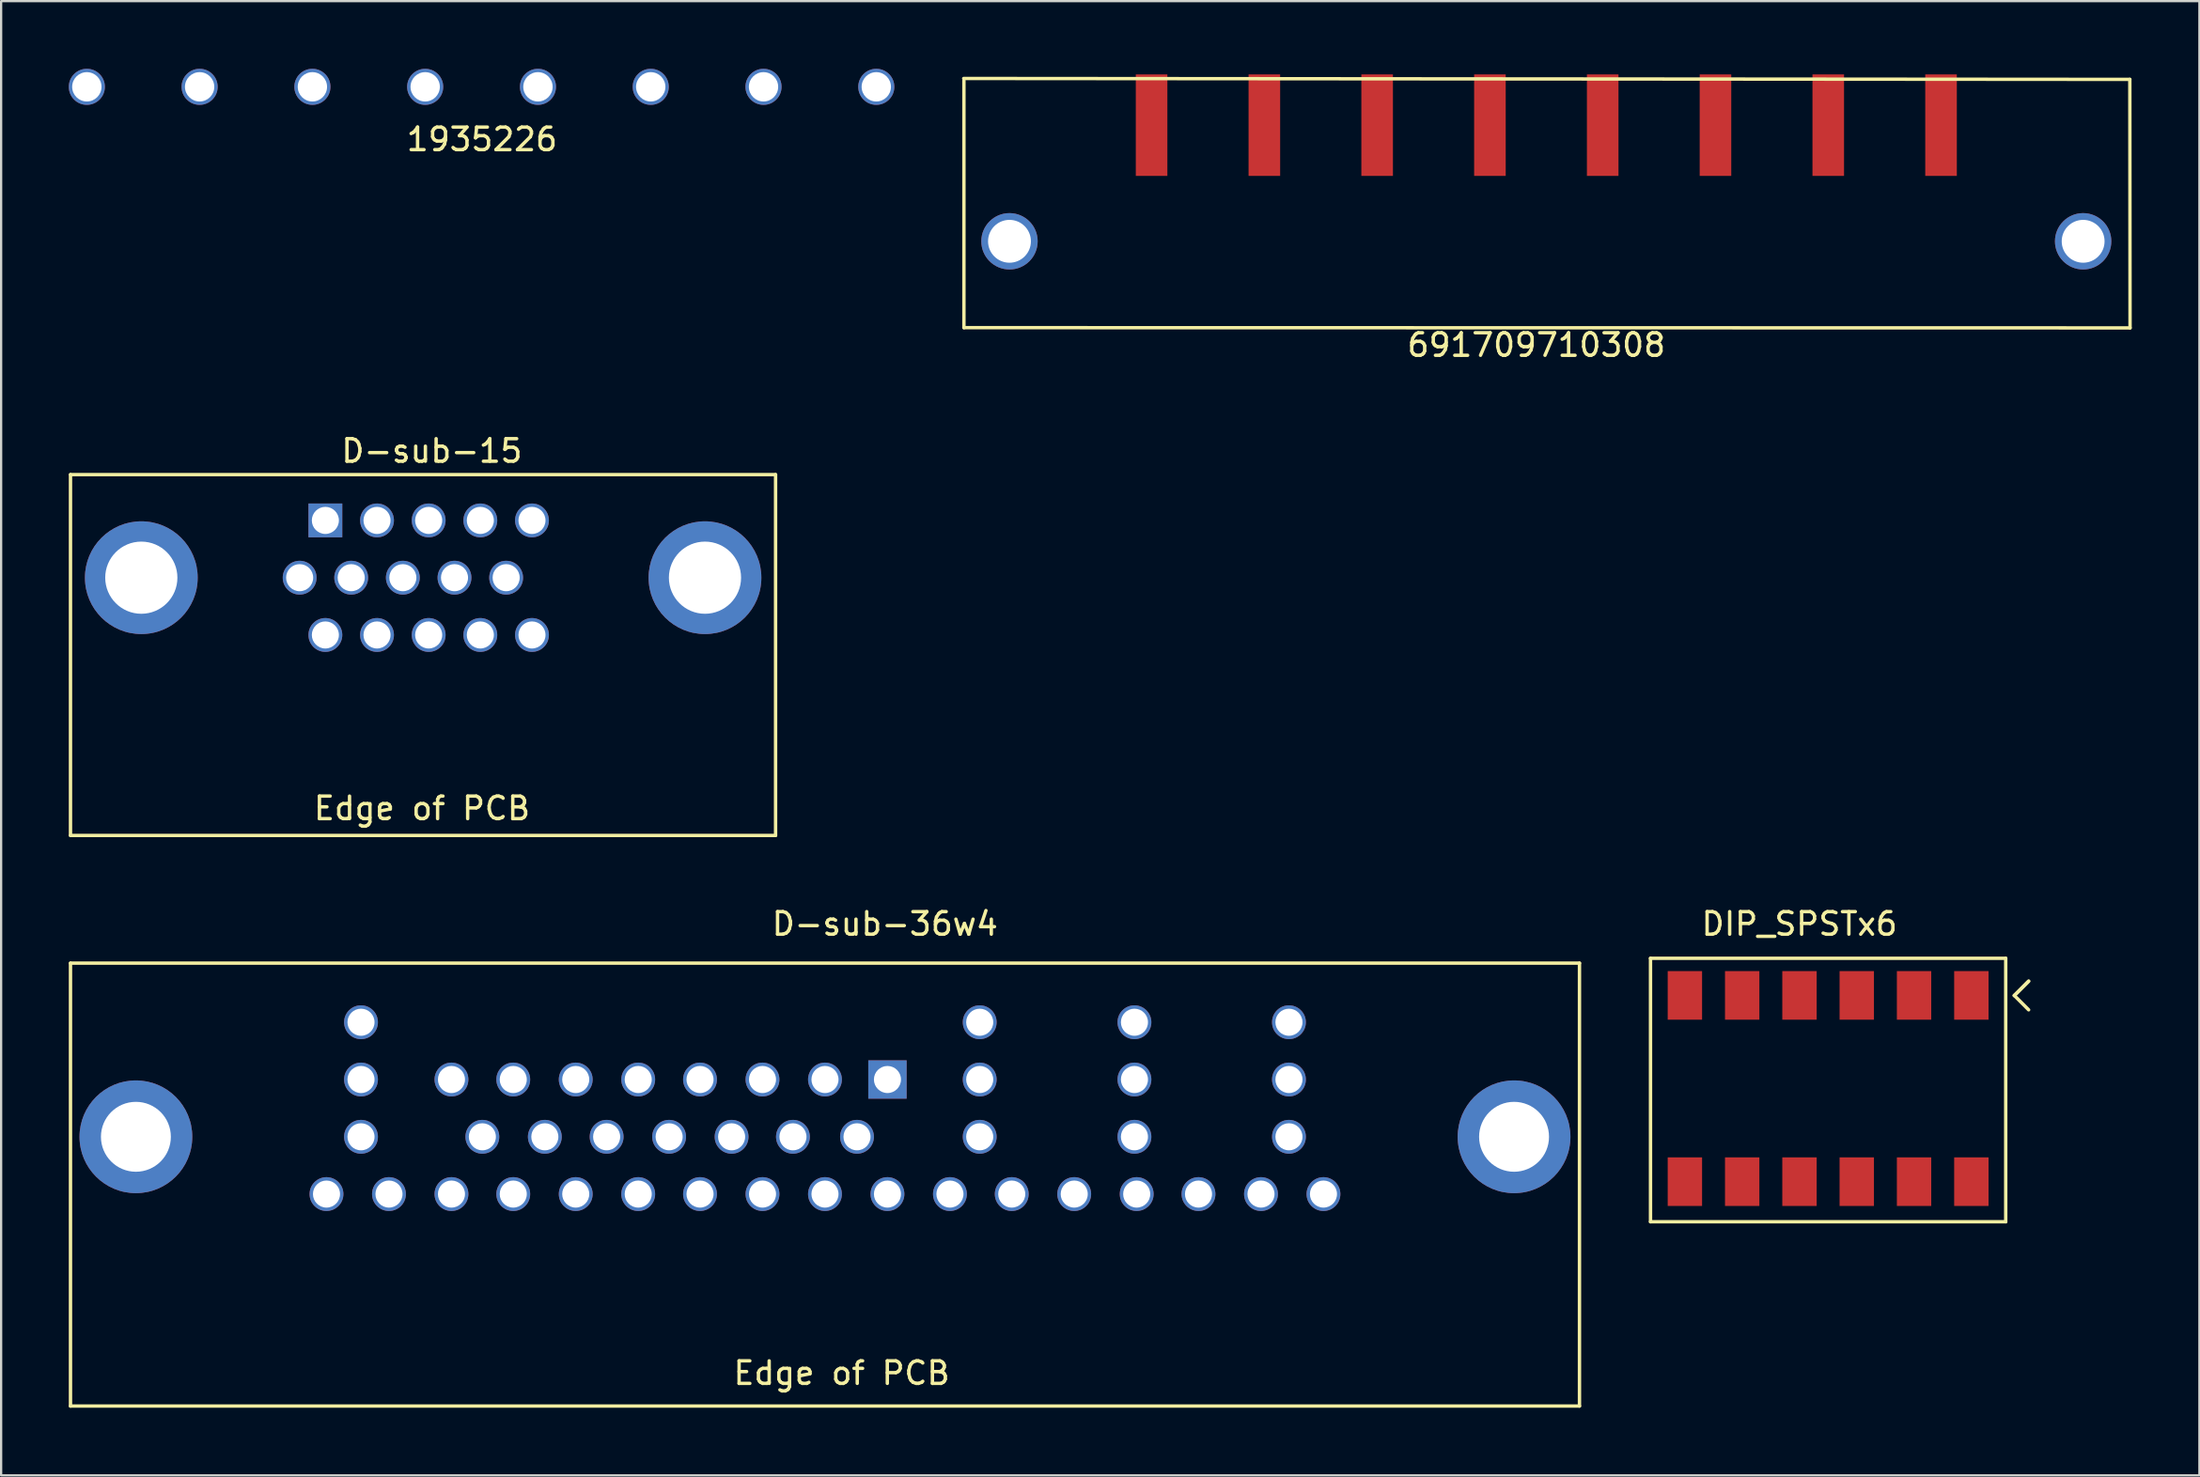
<source format=kicad_pcb>
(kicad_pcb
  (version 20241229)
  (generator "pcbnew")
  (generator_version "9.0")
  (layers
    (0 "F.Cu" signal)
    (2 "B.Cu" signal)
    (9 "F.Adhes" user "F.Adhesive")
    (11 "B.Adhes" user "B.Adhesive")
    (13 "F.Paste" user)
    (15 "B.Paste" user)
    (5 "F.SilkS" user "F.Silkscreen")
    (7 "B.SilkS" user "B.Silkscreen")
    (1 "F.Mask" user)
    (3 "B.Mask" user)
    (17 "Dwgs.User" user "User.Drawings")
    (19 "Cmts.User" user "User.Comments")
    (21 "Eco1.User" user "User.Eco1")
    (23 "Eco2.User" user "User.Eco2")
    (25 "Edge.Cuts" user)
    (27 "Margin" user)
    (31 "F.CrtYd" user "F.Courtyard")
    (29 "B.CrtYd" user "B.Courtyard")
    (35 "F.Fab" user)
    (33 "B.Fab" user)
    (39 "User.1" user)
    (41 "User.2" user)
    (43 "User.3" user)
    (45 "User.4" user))
  (footprint "1935226"
    (layer "F.Cu")
    (at 18.3 0.8)
    (property "Reference" "1935226" (at 0.02 2.33 0) (layer "F.SilkS") (effects (font (size 1 1) (thickness 0.15))))
    (attr through_hole)
    (pad "1" thru_hole circle (at -17.5 0) (size 1.6 1.6) (drill 1.3) (layers "*.Cu" "*.Mask"))
    (pad "2" thru_hole circle (at -12.5 0) (size 1.6 1.6) (drill 1.3) (layers "*.Cu" "*.Mask"))
    (pad "3" thru_hole circle (at -7.5 0) (size 1.6 1.6) (drill 1.3) (layers "*.Cu" "*.Mask"))
    (pad "4" thru_hole circle (at -2.5 0) (size 1.6 1.6) (drill 1.3) (layers "*.Cu" "*.Mask"))
    (pad "5" thru_hole circle (at 2.5 0) (size 1.6 1.6) (drill 1.3) (layers "*.Cu" "*.Mask"))
    (pad "6" thru_hole circle (at 7.5 0) (size 1.6 1.6) (drill 1.3) (layers "*.Cu" "*.Mask"))
    (pad "7" thru_hole circle (at 12.5 0) (size 1.6 1.6) (drill 1.3) (layers "*.Cu" "*.Mask"))
    (pad "8" thru_hole circle (at 17.5 0) (size 1.6 1.6) (drill 1.3) (layers "*.Cu" "*.Mask")))
  (footprint "DIP_SPSTx6"
    (layer "F.Cu")
    (at 71.649 49.35)
    (property "Reference" "DIP_SPSTx6" (at 5.08 -11.43 0) (layer "F.SilkS") (effects (font (size 1 1) (thickness 0.15))))
    (attr through_hole)
    (fp_line (start -1.524 -9.906) (end -1.524 1.778) (stroke (width 0.15) (type solid)) (layer "F.SilkS"))
    (fp_line (start -1.524 1.778) (end 14.224 1.778) (stroke (width 0.15) (type solid)) (layer "F.SilkS"))
    (fp_line (start 14.224 -9.906) (end -1.524 -9.906) (stroke (width 0.15) (type solid)) (layer "F.SilkS"))
    (fp_line (start 14.224 1.778) (end 14.224 -9.906) (stroke (width 0.15) (type solid)) (layer "F.SilkS"))
    (fp_line (start 14.605 -8.255) (end 15.24 -8.89) (stroke (width 0.15) (type solid)) (layer "F.SilkS"))
    (fp_line (start 14.605 -8.255) (end 15.24 -7.62) (stroke (width 0.15) (type solid)) (layer "F.SilkS"))
    (fp_line (start 15.24 -8.89) (end 14.605 -8.255) (stroke (width 0.15) (type solid)) (layer "F.SilkS"))
    (pad "1" smd rect (at 12.7 -8.26) (size 1.524 2.155) (layers "F.Cu" "F.Mask" "F.Paste"))
    (pad "2" smd rect (at 10.16 -8.26) (size 1.524 2.155) (layers "F.Cu" "F.Mask" "F.Paste"))
    (pad "3" smd rect (at 7.62 -8.26) (size 1.524 2.155) (layers "F.Cu" "F.Mask" "F.Paste"))
    (pad "4" smd rect (at 5.08 -8.26) (size 1.524 2.155) (layers "F.Cu" "F.Mask" "F.Paste"))
    (pad "5" smd rect (at 2.54 -8.26) (size 1.524 2.155) (layers "F.Cu" "F.Mask" "F.Paste"))
    (pad "6" smd rect (at 0 -8.26) (size 1.524 2.155) (layers "F.Cu" "F.Mask" "F.Paste"))
    (pad "7" smd rect (at 0 0) (size 1.524 2.155) (layers "F.Cu" "F.Mask" "F.Paste"))
    (pad "8" smd rect (at 2.54 0) (size 1.524 2.155) (layers "F.Cu" "F.Mask" "F.Paste"))
    (pad "9" smd rect (at 5.08 0) (size 1.524 2.155) (layers "F.Cu" "F.Mask" "F.Paste"))
    (pad "10" smd rect (at 7.62 0) (size 1.524 2.155) (layers "F.Cu" "F.Mask" "F.Paste"))
    (pad "11" smd rect (at 10.16 0) (size 1.524 2.155) (layers "F.Cu" "F.Mask" "F.Paste"))
    (pad "12" smd rect (at 12.7 0) (size 1.524 2.155) (layers "F.Cu" "F.Mask" "F.Paste")))
  (footprint "691709710308"
    (layer "F.Cu")
    (at 65.505 0.25)
    (property "Reference" "691709710308" (at -0.44 12 0) (layer "F.SilkS") (effects (font (size 1 1) (thickness 0.15))))
    (attr through_hole)
    (fp_line (start -25.82 0.27) (end -25.82 11.23) (stroke (width 0.15) (type solid)) (layer "F.SilkS"))
    (fp_line (start -25.82 11.23) (end 25.88 11.24) (stroke (width 0.15) (type solid)) (layer "F.SilkS"))
    (fp_line (start 25.87 0.22) (end -25.83 0.18) (stroke (width 0.15) (type solid)) (layer "F.SilkS"))
    (fp_line (start 25.88 11.24) (end 25.87 0.22) (stroke (width 0.15) (type solid)) (layer "F.SilkS"))
    (pad "" thru_hole circle (at -23.8 7.4) (size 2.5 2.5) (drill 1.9) (layers "*.Cu" "*.Mask"))
    (pad "" thru_hole circle (at 23.8 7.4) (size 2.5 2.5) (drill 1.9) (layers "*.Cu" "*.Mask"))
    (pad "1" smd rect (at -17.5 2.25) (size 1.4 4.5) (layers "F.Cu" "F.Mask" "F.Paste"))
    (pad "2" smd rect (at -12.5 2.25) (size 1.4 4.5) (layers "F.Cu" "F.Mask" "F.Paste"))
    (pad "3" smd rect (at -7.5 2.25) (size 1.4 4.5) (layers "F.Cu" "F.Mask" "F.Paste"))
    (pad "4" smd rect (at -2.5 2.25) (size 1.4 4.5) (layers "F.Cu" "F.Mask" "F.Paste"))
    (pad "5" smd rect (at 2.5 2.25) (size 1.4 4.5) (layers "F.Cu" "F.Mask" "F.Paste"))
    (pad "6" smd rect (at 7.5 2.25) (size 1.4 4.5) (layers "F.Cu" "F.Mask" "F.Paste"))
    (pad "7" smd rect (at 12.5 2.25) (size 1.4 4.5) (layers "F.Cu" "F.Mask" "F.Paste"))
    (pad "8" smd rect (at 17.5 2.25) (size 1.4 4.5) (layers "F.Cu" "F.Mask" "F.Paste")))
  (footprint "D-sub-15"
    (layer "F.Cu")
    (at 15.705 22.567)
    (property "Reference" "D-sub-15" (at 0.39 -5.62 0) (layer "F.SilkS") (effects (font (size 1 1) (thickness 0.15))))
    (attr through_hole)
    (fp_line (start -15.63 -4.57) (end -15.63 11.43) (stroke (width 0.15) (type solid)) (layer "F.SilkS"))
    (fp_line (start -15.63 -4.57) (end 15.63 -4.57) (stroke (width 0.15) (type solid)) (layer "F.SilkS"))
    (fp_line (start -15.63 11.43) (end 15.63 11.43) (stroke (width 0.15) (type solid)) (layer "F.SilkS"))
    (fp_line (start 15.63 -4.57) (end 15.63 11.43) (stroke (width 0.15) (type solid)) (layer "F.SilkS"))
    (fp_text user "Edge of PCB" (at -0.045 10.23 0) (layer "F.SilkS") (effects (font (size 1 1) (thickness 0.15))))
    (pad "" thru_hole circle (at -12.49 0) (size 5 5) (drill 3.2) (layers "*.Cu" "*.Mask"))
    (pad "" thru_hole circle (at 12.5 0) (size 5 5) (drill 3.2) (layers "*.Cu" "*.Mask"))
    (pad "1" thru_hole rect (at -4.33 -2.54) (size 1.5 1.5) (drill 1.2) (layers "*.Cu" "*.Mask"))
    (pad "2" thru_hole circle (at -2.04 -2.54) (size 1.5 1.5) (drill 1.2) (layers "*.Cu" "*.Mask"))
    (pad "3" thru_hole circle (at 0.25 -2.54) (size 1.5 1.5) (drill 1.2) (layers "*.Cu" "*.Mask"))
    (pad "4" thru_hole circle (at 2.54 -2.54) (size 1.5 1.5) (drill 1.2) (layers "*.Cu" "*.Mask"))
    (pad "5" thru_hole circle (at 4.83 -2.54) (size 1.5 1.5) (drill 1.2) (layers "*.Cu" "*.Mask"))
    (pad "6" thru_hole circle (at -5.47 0) (size 1.5 1.5) (drill 1.2) (layers "*.Cu" "*.Mask"))
    (pad "7" thru_hole circle (at -3.185 0) (size 1.5 1.5) (drill 1.2) (layers "*.Cu" "*.Mask"))
    (pad "8" thru_hole circle (at -0.895 0) (size 1.5 1.5) (drill 1.2) (layers "*.Cu" "*.Mask"))
    (pad "9" thru_hole circle (at 1.395 0) (size 1.5 1.5) (drill 1.2) (layers "*.Cu" "*.Mask"))
    (pad "10" thru_hole circle (at 3.685 0) (size 1.5 1.5) (drill 1.2) (layers "*.Cu" "*.Mask"))
    (pad "11" thru_hole circle (at -4.33 2.54) (size 1.5 1.5) (drill 1.2) (layers "*.Cu" "*.Mask"))
    (pad "12" thru_hole circle (at -2.04 2.54) (size 1.5 1.5) (drill 1.2) (layers "*.Cu" "*.Mask"))
    (pad "13" thru_hole circle (at 0.25 2.54) (size 1.5 1.5) (drill 1.2) (layers "*.Cu" "*.Mask"))
    (pad "14" thru_hole circle (at 2.54 2.54) (size 1.5 1.5) (drill 1.2) (layers "*.Cu" "*.Mask"))
    (pad "15" thru_hole circle (at 4.83 2.54) (size 1.5 1.5) (drill 1.2) (layers "*.Cu" "*.Mask")))
  (footprint "D-sub-36w4"
    (layer "F.Cu")
    (at 33.525 47.36)
    (property "Reference" "D-sub-36w4" (at 2.66 -9.44 0) (layer "F.SilkS") (effects (font (size 1 1) (thickness 0.15))))
    (attr through_hole)
    (fp_line (start -33.45 -7.7) (end -33.45 11.94) (stroke (width 0.15) (type solid)) (layer "F.SilkS"))
    (fp_line (start -33.45 -7.7) (end 33.45 -7.7) (stroke (width 0.15) (type solid)) (layer "F.SilkS"))
    (fp_line (start -33.45 11.94) (end 33.45 11.94) (stroke (width 0.15) (type solid)) (layer "F.SilkS"))
    (fp_line (start 33.45 -7.7) (end 33.45 11.94) (stroke (width 0.15) (type solid)) (layer "F.SilkS"))
    (fp_text user "Edge of PCB" (at 0.74 10.48 0) (layer "F.SilkS") (effects (font (size 1 1) (thickness 0.15))))
    (pad "" thru_hole circle (at -30.55 0) (size 5 5) (drill 3.1) (layers "*.Cu" "*.Mask"))
    (pad "" thru_hole circle (at 30.55 0) (size 5 5) (drill 3.1) (layers "*.Cu" "*.Mask"))
    (pad "1" thru_hole rect (at 2.77 -2.54) (size 1.7 1.7) (drill 1.2) (layers "*.Cu" "*.Mask"))
    (pad "2" thru_hole circle (at 0 -2.54) (size 1.5 1.5) (drill 1.2) (layers "*.Cu" "*.Mask"))
    (pad "3" thru_hole circle (at -2.77 -2.54) (size 1.5 1.5) (drill 1.2) (layers "*.Cu" "*.Mask"))
    (pad "4" thru_hole circle (at -5.54 -2.54) (size 1.5 1.5) (drill 1.2) (layers "*.Cu" "*.Mask"))
    (pad "5" thru_hole circle (at -8.28 -2.54) (size 1.5 1.5) (drill 1.2) (layers "*.Cu" "*.Mask"))
    (pad "6" thru_hole circle (at -11.05 -2.54) (size 1.5 1.5) (drill 1.2) (layers "*.Cu" "*.Mask"))
    (pad "7" thru_hole circle (at -13.82 -2.54) (size 1.5 1.5) (drill 1.2) (layers "*.Cu" "*.Mask"))
    (pad "8" thru_hole circle (at -16.56 -2.54) (size 1.5 1.5) (drill 1.2) (layers "*.Cu" "*.Mask"))
    (pad "9" thru_hole circle (at 1.42 0) (size 1.5 1.5) (drill 1.2) (layers "*.Cu" "*.Mask"))
    (pad "10" thru_hole circle (at -1.42 0) (size 1.5 1.5) (drill 1.2) (layers "*.Cu" "*.Mask"))
    (pad "11" thru_hole circle (at -4.14 0) (size 1.5 1.5) (drill 1.2) (layers "*.Cu" "*.Mask"))
    (pad "12" thru_hole circle (at -6.91 0) (size 1.5 1.5) (drill 1.2) (layers "*.Cu" "*.Mask"))
    (pad "13" thru_hole circle (at -9.68 0) (size 1.5 1.5) (drill 1.2) (layers "*.Cu" "*.Mask"))
    (pad "14" thru_hole circle (at -12.42 0) (size 1.5 1.5) (drill 1.2) (layers "*.Cu" "*.Mask"))
    (pad "15" thru_hole circle (at -15.19 0) (size 1.5 1.5) (drill 1.2) (layers "*.Cu" "*.Mask"))
    (pad "16" thru_hole circle (at 22.1 2.54) (size 1.5 1.5) (drill 1.2) (layers "*.Cu" "*.Mask"))
    (pad "17" thru_hole circle (at 19.33 2.54) (size 1.5 1.5) (drill 1.2) (layers "*.Cu" "*.Mask"))
    (pad "18" thru_hole circle (at 16.56 2.54) (size 1.5 1.5) (drill 1.2) (layers "*.Cu" "*.Mask"))
    (pad "19" thru_hole circle (at 13.82 2.54) (size 1.5 1.5) (drill 1.2) (layers "*.Cu" "*.Mask"))
    (pad "20" thru_hole circle (at 11.05 2.54) (size 1.5 1.5) (drill 1.2) (layers "*.Cu" "*.Mask"))
    (pad "21" thru_hole circle (at 8.28 2.54) (size 1.5 1.5) (drill 1.2) (layers "*.Cu" "*.Mask"))
    (pad "22" thru_hole circle (at 5.54 2.54) (size 1.5 1.5) (drill 1.2) (layers "*.Cu" "*.Mask"))
    (pad "23" thru_hole circle (at 2.77 2.54) (size 1.5 1.5) (drill 1.2) (layers "*.Cu" "*.Mask"))
    (pad "24" thru_hole circle (at 0 2.54) (size 1.5 1.5) (drill 1.2) (layers "*.Cu" "*.Mask"))
    (pad "25" thru_hole circle (at -2.77 2.54) (size 1.5 1.5) (drill 1.2) (layers "*.Cu" "*.Mask"))
    (pad "26" thru_hole circle (at -5.54 2.54) (size 1.5 1.5) (drill 1.2) (layers "*.Cu" "*.Mask"))
    (pad "27" thru_hole circle (at -8.28 2.54) (size 1.5 1.5) (drill 1.2) (layers "*.Cu" "*.Mask"))
    (pad "28" thru_hole circle (at -11.05 2.54) (size 1.5 1.5) (drill 1.2) (layers "*.Cu" "*.Mask"))
    (pad "29" thru_hole circle (at -13.82 2.54) (size 1.5 1.5) (drill 1.2) (layers "*.Cu" "*.Mask"))
    (pad "30" thru_hole circle (at -16.56 2.54) (size 1.5 1.5) (drill 1.2) (layers "*.Cu" "*.Mask"))
    (pad "31" thru_hole circle (at -19.33 2.54) (size 1.5 1.5) (drill 1.2) (layers "*.Cu" "*.Mask"))
    (pad "32" thru_hole circle (at -22.1 2.54) (size 1.5 1.5) (drill 1.2) (layers "*.Cu" "*.Mask"))
    (pad "A1" thru_hole circle (at 20.57 -2.54) (size 1.5 1.5) (drill 1.2) (layers "*.Cu" "*.Mask"))
    (pad "A2" thru_hole circle (at 13.72 -2.54) (size 1.5 1.5) (drill 1.2) (layers "*.Cu" "*.Mask"))
    (pad "A3" thru_hole circle (at 6.86 -2.54) (size 1.5 1.5) (drill 1.2) (layers "*.Cu" "*.Mask"))
    (pad "A4" thru_hole circle (at -20.57 -2.54) (size 1.5 1.5) (drill 1.2) (layers "*.Cu" "*.Mask"))
    (pad "GNDD" thru_hole circle (at -20.57 -5.08) (size 1.5 1.5) (drill 1.2) (layers "*.Cu" "*.Mask"))
    (pad "GNDD" thru_hole circle (at -20.57 0) (size 1.5 1.5) (drill 1.2) (layers "*.Cu" "*.Mask"))
    (pad "GNDD" thru_hole circle (at 6.86 -5.08) (size 1.5 1.5) (drill 1.2) (layers "*.Cu" "*.Mask"))
    (pad "GNDD" thru_hole circle (at 6.86 0) (size 1.5 1.5) (drill 1.2) (layers "*.Cu" "*.Mask"))
    (pad "GNDD" thru_hole circle (at 13.72 -5.08) (size 1.5 1.5) (drill 1.2) (layers "*.Cu" "*.Mask"))
    (pad "GNDD" thru_hole circle (at 13.72 0) (size 1.5 1.5) (drill 1.2) (layers "*.Cu" "*.Mask"))
    (pad "GNDD" thru_hole circle (at 20.57 -5.08) (size 1.5 1.5) (drill 1.2) (layers "*.Cu" "*.Mask"))
    (pad "GNDD" thru_hole circle (at 20.57 0) (size 1.5 1.5) (drill 1.2) (layers "*.Cu" "*.Mask")))
  (gr_rect
    (start -3 -3)
    (end 94.46 62.375)
    (stroke (width 0.1) (type default))
    (fill no)
    (layer "Edge.Cuts")))
</source>
